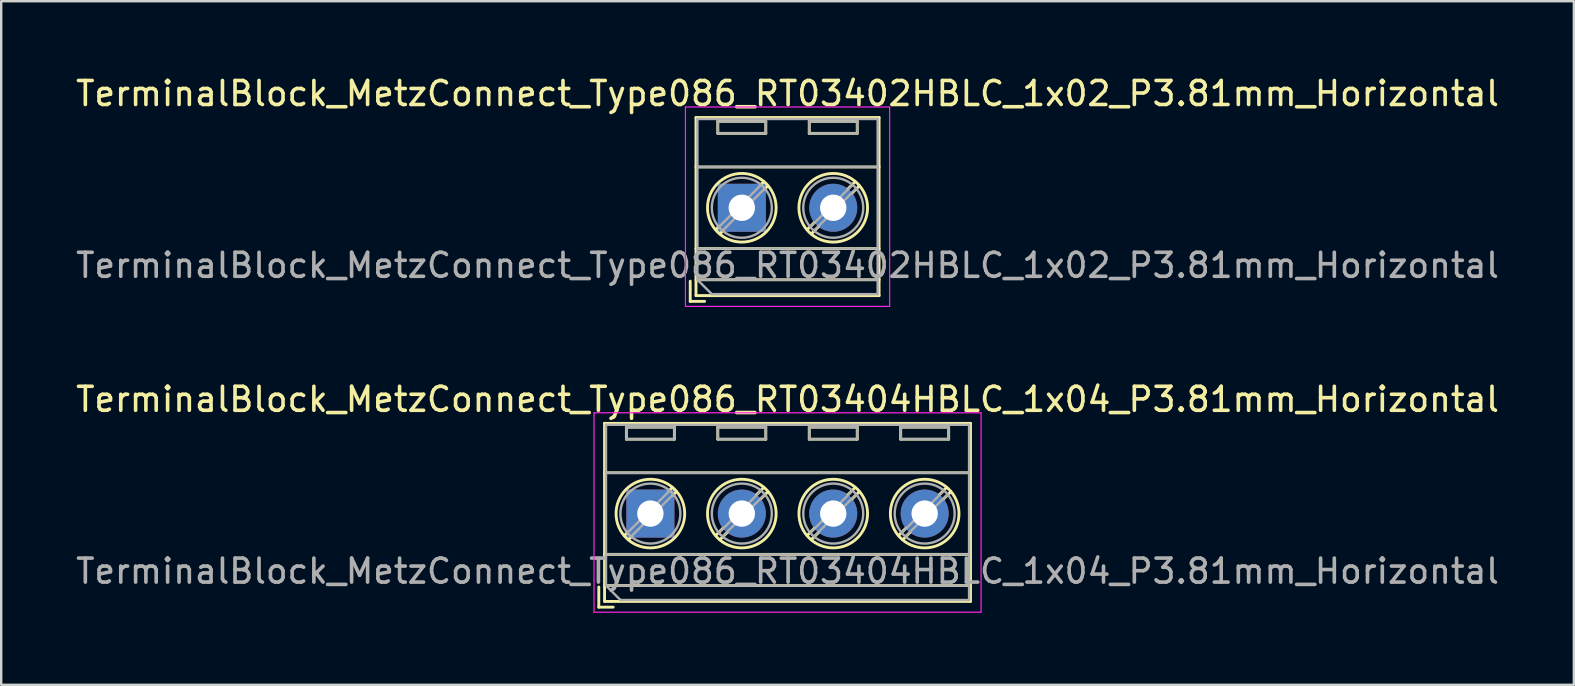
<source format=kicad_pcb>
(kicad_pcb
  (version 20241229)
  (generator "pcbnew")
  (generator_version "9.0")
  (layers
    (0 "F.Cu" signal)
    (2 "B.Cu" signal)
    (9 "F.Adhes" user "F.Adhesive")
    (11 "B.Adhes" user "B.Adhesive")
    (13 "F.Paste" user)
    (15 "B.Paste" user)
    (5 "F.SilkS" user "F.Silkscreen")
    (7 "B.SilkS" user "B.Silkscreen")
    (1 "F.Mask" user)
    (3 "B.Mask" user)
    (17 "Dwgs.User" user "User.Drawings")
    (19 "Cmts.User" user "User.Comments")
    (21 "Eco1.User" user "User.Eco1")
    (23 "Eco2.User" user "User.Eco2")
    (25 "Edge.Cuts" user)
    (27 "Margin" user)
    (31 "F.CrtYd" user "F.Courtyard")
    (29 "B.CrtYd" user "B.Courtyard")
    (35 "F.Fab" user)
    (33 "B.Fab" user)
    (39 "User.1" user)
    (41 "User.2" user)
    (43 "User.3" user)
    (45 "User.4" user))
  (footprint "TerminalBlock_MetzConnect_Type086_RT03402HBLC_1x02_P3.81mm_Horizontal"
    (layer "F.Cu")
    (at 27.863 5.608)
    (property "Reference" "TerminalBlock_MetzConnect_Type086_RT03402HBLC_1x02_P3.81mm_Horizontal" (at 1.905 -4.76 0) (layer "F.SilkS") (effects (font (size 1 1) (thickness 0.15))))
    (attr through_hole)
    (fp_line (start -2.15 3.06) (end -2.15 3.9) (stroke (width 0.12) (type solid)) (layer "F.SilkS"))
    (fp_line (start -2.15 3.9) (end -1.55 3.9) (stroke (width 0.12) (type solid)) (layer "F.SilkS"))
    (fp_line (start -1.91 -3.76) (end -1.91 3.66) (stroke (width 0.12) (type solid)) (layer "F.SilkS"))
    (fp_line (start -1.91 -3.76) (end 5.72 -3.76) (stroke (width 0.12) (type solid)) (layer "F.SilkS"))
    (fp_line (start -1.91 -1.7) (end 5.72 -1.7) (stroke (width 0.12) (type solid)) (layer "F.SilkS"))
    (fp_line (start -1.91 1.701) (end 5.72 1.701) (stroke (width 0.12) (type solid)) (layer "F.SilkS"))
    (fp_line (start -1.91 3) (end 5.72 3) (stroke (width 0.12) (type solid)) (layer "F.SilkS"))
    (fp_line (start -1.91 3.66) (end 5.72 3.66) (stroke (width 0.12) (type solid)) (layer "F.SilkS"))
    (fp_line (start -1 -3.6) (end -1 -3.1) (stroke (width 0.12) (type solid)) (layer "F.SilkS"))
    (fp_line (start -1 -3.6) (end 1 -3.6) (stroke (width 0.12) (type solid)) (layer "F.SilkS"))
    (fp_line (start -1 -3.1) (end 1 -3.1) (stroke (width 0.12) (type solid)) (layer "F.SilkS"))
    (fp_line (start -0.946 0.771) (end -1.085 0.91) (stroke (width 0.12) (type solid)) (layer "F.SilkS"))
    (fp_line (start -0.771 0.945) (end -0.911 1.085) (stroke (width 0.12) (type solid)) (layer "F.SilkS"))
    (fp_line (start 0.911 -1.085) (end 0.771 -0.945) (stroke (width 0.12) (type solid)) (layer "F.SilkS"))
    (fp_line (start 1 -3.6) (end 1 -3.1) (stroke (width 0.12) (type solid)) (layer "F.SilkS"))
    (fp_line (start 1.085 -0.91) (end 0.945 -0.771) (stroke (width 0.12) (type solid)) (layer "F.SilkS"))
    (fp_line (start 2.81 -3.6) (end 2.81 -3.1) (stroke (width 0.12) (type solid)) (layer "F.SilkS"))
    (fp_line (start 2.81 -3.6) (end 4.81 -3.6) (stroke (width 0.12) (type solid)) (layer "F.SilkS"))
    (fp_line (start 2.81 -3.1) (end 4.81 -3.1) (stroke (width 0.12) (type solid)) (layer "F.SilkS"))
    (fp_line (start 3.025 0.611) (end 2.726 0.91) (stroke (width 0.12) (type solid)) (layer "F.SilkS"))
    (fp_line (start 3.2 0.786) (end 2.9 1.085) (stroke (width 0.12) (type solid)) (layer "F.SilkS"))
    (fp_line (start 4.721 -1.085) (end 4.421 -0.786) (stroke (width 0.12) (type solid)) (layer "F.SilkS"))
    (fp_line (start 4.81 -3.6) (end 4.81 -3.1) (stroke (width 0.12) (type solid)) (layer "F.SilkS"))
    (fp_line (start 4.895 -0.91) (end 4.596 -0.611) (stroke (width 0.12) (type solid)) (layer "F.SilkS"))
    (fp_line (start 5.72 -3.76) (end 5.72 3.66) (stroke (width 0.12) (type solid)) (layer "F.SilkS"))
    (fp_circle (center 0 0) (end 1.43 0) (stroke (width 0.12) (type solid)) (fill no) (layer "F.SilkS"))
    (fp_circle (center 3.81 0) (end 5.24 0) (stroke (width 0.12) (type solid)) (fill no) (layer "F.SilkS"))
    (fp_line (start -2.35 -4.2) (end -2.35 4.11) (stroke (width 0.05) (type solid)) (layer "F.CrtYd"))
    (fp_line (start -2.35 4.11) (end 6.16 4.11) (stroke (width 0.05) (type solid)) (layer "F.CrtYd"))
    (fp_line (start 6.16 -4.2) (end -2.35 -4.2) (stroke (width 0.05) (type solid)) (layer "F.CrtYd"))
    (fp_line (start 6.16 4.11) (end 6.16 -4.2) (stroke (width 0.05) (type solid)) (layer "F.CrtYd"))
    (fp_line (start -1.85 -3.7) (end 5.66 -3.7) (stroke (width 0.1) (type solid)) (layer "F.Fab"))
    (fp_line (start -1.85 -1.7) (end 5.66 -1.7) (stroke (width 0.1) (type solid)) (layer "F.Fab"))
    (fp_line (start -1.85 1.7) (end 5.66 1.7) (stroke (width 0.1) (type solid)) (layer "F.Fab"))
    (fp_line (start -1.85 3) (end -1.85 -3.7) (stroke (width 0.1) (type solid)) (layer "F.Fab"))
    (fp_line (start -1.85 3) (end 5.66 3) (stroke (width 0.1) (type solid)) (layer "F.Fab"))
    (fp_line (start -1.25 3.6) (end -1.85 3) (stroke (width 0.1) (type solid)) (layer "F.Fab"))
    (fp_line (start -1 -3.6) (end -1 -3.1) (stroke (width 0.1) (type solid)) (layer "F.Fab"))
    (fp_line (start -1 -3.1) (end 1 -3.1) (stroke (width 0.1) (type solid)) (layer "F.Fab"))
    (fp_line (start 0.796 -0.948) (end -0.949 0.796) (stroke (width 0.1) (type solid)) (layer "F.Fab"))
    (fp_line (start 0.949 -0.796) (end -0.796 0.948) (stroke (width 0.1) (type solid)) (layer "F.Fab"))
    (fp_line (start 1 -3.6) (end -1 -3.6) (stroke (width 0.1) (type solid)) (layer "F.Fab"))
    (fp_line (start 1 -3.1) (end 1 -3.6) (stroke (width 0.1) (type solid)) (layer "F.Fab"))
    (fp_line (start 2.81 -3.6) (end 2.81 -3.1) (stroke (width 0.1) (type solid)) (layer "F.Fab"))
    (fp_line (start 2.81 -3.1) (end 4.81 -3.1) (stroke (width 0.1) (type solid)) (layer "F.Fab"))
    (fp_line (start 4.606 -0.948) (end 2.862 0.796) (stroke (width 0.1) (type solid)) (layer "F.Fab"))
    (fp_line (start 4.759 -0.796) (end 3.015 0.948) (stroke (width 0.1) (type solid)) (layer "F.Fab"))
    (fp_line (start 4.81 -3.6) (end 2.81 -3.6) (stroke (width 0.1) (type solid)) (layer "F.Fab"))
    (fp_line (start 4.81 -3.1) (end 4.81 -3.6) (stroke (width 0.1) (type solid)) (layer "F.Fab"))
    (fp_line (start 5.66 -3.7) (end 5.66 3.6) (stroke (width 0.1) (type solid)) (layer "F.Fab"))
    (fp_line (start 5.66 3.6) (end -1.25 3.6) (stroke (width 0.1) (type solid)) (layer "F.Fab"))
    (fp_circle (center 0 0) (end 1.25 0) (stroke (width 0.1) (type solid)) (fill no) (layer "F.Fab"))
    (fp_circle (center 3.81 0) (end 5.06 0) (stroke (width 0.1) (type solid)) (fill no) (layer "F.Fab"))
    (fp_text user "${REFERENCE}" (at 1.905 2.4 0) (layer "F.Fab") (effects (font (size 1 1) (thickness 0.15))))
    (pad "1" thru_hole rect (at 0 0) (size 2 2) (drill 1.1) (layers "*.Cu" "*.Mask"))
    (pad "2" thru_hole circle (at 3.81 0) (size 2 2) (drill 1.1) (layers "*.Cu" "*.Mask")))
  (footprint "TerminalBlock_MetzConnect_Type086_RT03404HBLC_1x04_P3.81mm_Horizontal"
    (layer "F.Cu")
    (at 24.053 18.352)
    (property "Reference" "TerminalBlock_MetzConnect_Type086_RT03404HBLC_1x04_P3.81mm_Horizontal" (at 5.715 -4.76 0) (layer "F.SilkS") (effects (font (size 1 1) (thickness 0.15))))
    (attr through_hole)
    (fp_line (start -2.15 3.06) (end -2.15 3.9) (stroke (width 0.12) (type solid)) (layer "F.SilkS"))
    (fp_line (start -2.15 3.9) (end -1.55 3.9) (stroke (width 0.12) (type solid)) (layer "F.SilkS"))
    (fp_line (start -1.91 -3.76) (end -1.91 3.66) (stroke (width 0.12) (type solid)) (layer "F.SilkS"))
    (fp_line (start -1.91 -3.76) (end 13.34 -3.76) (stroke (width 0.12) (type solid)) (layer "F.SilkS"))
    (fp_line (start -1.91 -1.7) (end 13.34 -1.7) (stroke (width 0.12) (type solid)) (layer "F.SilkS"))
    (fp_line (start -1.91 1.701) (end 13.34 1.701) (stroke (width 0.12) (type solid)) (layer "F.SilkS"))
    (fp_line (start -1.91 3) (end 13.34 3) (stroke (width 0.12) (type solid)) (layer "F.SilkS"))
    (fp_line (start -1.91 3.66) (end 13.34 3.66) (stroke (width 0.12) (type solid)) (layer "F.SilkS"))
    (fp_line (start -1 -3.6) (end -1 -3.1) (stroke (width 0.12) (type solid)) (layer "F.SilkS"))
    (fp_line (start -1 -3.6) (end 1 -3.6) (stroke (width 0.12) (type solid)) (layer "F.SilkS"))
    (fp_line (start -1 -3.1) (end 1 -3.1) (stroke (width 0.12) (type solid)) (layer "F.SilkS"))
    (fp_line (start -0.946 0.771) (end -1.085 0.91) (stroke (width 0.12) (type solid)) (layer "F.SilkS"))
    (fp_line (start -0.771 0.945) (end -0.911 1.085) (stroke (width 0.12) (type solid)) (layer "F.SilkS"))
    (fp_line (start 0.911 -1.085) (end 0.771 -0.945) (stroke (width 0.12) (type solid)) (layer "F.SilkS"))
    (fp_line (start 1 -3.6) (end 1 -3.1) (stroke (width 0.12) (type solid)) (layer "F.SilkS"))
    (fp_line (start 1.085 -0.91) (end 0.945 -0.771) (stroke (width 0.12) (type solid)) (layer "F.SilkS"))
    (fp_line (start 2.81 -3.6) (end 2.81 -3.1) (stroke (width 0.12) (type solid)) (layer "F.SilkS"))
    (fp_line (start 2.81 -3.6) (end 4.81 -3.6) (stroke (width 0.12) (type solid)) (layer "F.SilkS"))
    (fp_line (start 2.81 -3.1) (end 4.81 -3.1) (stroke (width 0.12) (type solid)) (layer "F.SilkS"))
    (fp_line (start 3.025 0.611) (end 2.726 0.91) (stroke (width 0.12) (type solid)) (layer "F.SilkS"))
    (fp_line (start 3.2 0.786) (end 2.9 1.085) (stroke (width 0.12) (type solid)) (layer "F.SilkS"))
    (fp_line (start 4.721 -1.085) (end 4.421 -0.786) (stroke (width 0.12) (type solid)) (layer "F.SilkS"))
    (fp_line (start 4.81 -3.6) (end 4.81 -3.1) (stroke (width 0.12) (type solid)) (layer "F.SilkS"))
    (fp_line (start 4.895 -0.91) (end 4.596 -0.611) (stroke (width 0.12) (type solid)) (layer "F.SilkS"))
    (fp_line (start 6.62 -3.6) (end 6.62 -3.1) (stroke (width 0.12) (type solid)) (layer "F.SilkS"))
    (fp_line (start 6.62 -3.6) (end 8.62 -3.6) (stroke (width 0.12) (type solid)) (layer "F.SilkS"))
    (fp_line (start 6.62 -3.1) (end 8.62 -3.1) (stroke (width 0.12) (type solid)) (layer "F.SilkS"))
    (fp_line (start 6.835 0.611) (end 6.536 0.91) (stroke (width 0.12) (type solid)) (layer "F.SilkS"))
    (fp_line (start 7.01 0.786) (end 6.71 1.085) (stroke (width 0.12) (type solid)) (layer "F.SilkS"))
    (fp_line (start 8.531 -1.085) (end 8.231 -0.786) (stroke (width 0.12) (type solid)) (layer "F.SilkS"))
    (fp_line (start 8.62 -3.6) (end 8.62 -3.1) (stroke (width 0.12) (type solid)) (layer "F.SilkS"))
    (fp_line (start 8.705 -0.91) (end 8.406 -0.611) (stroke (width 0.12) (type solid)) (layer "F.SilkS"))
    (fp_line (start 10.43 -3.6) (end 10.43 -3.1) (stroke (width 0.12) (type solid)) (layer "F.SilkS"))
    (fp_line (start 10.43 -3.6) (end 12.43 -3.6) (stroke (width 0.12) (type solid)) (layer "F.SilkS"))
    (fp_line (start 10.43 -3.1) (end 12.43 -3.1) (stroke (width 0.12) (type solid)) (layer "F.SilkS"))
    (fp_line (start 10.645 0.611) (end 10.346 0.91) (stroke (width 0.12) (type solid)) (layer "F.SilkS"))
    (fp_line (start 10.82 0.786) (end 10.52 1.085) (stroke (width 0.12) (type solid)) (layer "F.SilkS"))
    (fp_line (start 12.341 -1.085) (end 12.041 -0.786) (stroke (width 0.12) (type solid)) (layer "F.SilkS"))
    (fp_line (start 12.43 -3.6) (end 12.43 -3.1) (stroke (width 0.12) (type solid)) (layer "F.SilkS"))
    (fp_line (start 12.515 -0.91) (end 12.216 -0.611) (stroke (width 0.12) (type solid)) (layer "F.SilkS"))
    (fp_line (start 13.34 -3.76) (end 13.34 3.66) (stroke (width 0.12) (type solid)) (layer "F.SilkS"))
    (fp_circle (center 0 0) (end 1.43 0) (stroke (width 0.12) (type solid)) (fill no) (layer "F.SilkS"))
    (fp_circle (center 3.81 0) (end 5.24 0) (stroke (width 0.12) (type solid)) (fill no) (layer "F.SilkS"))
    (fp_circle (center 7.62 0) (end 9.05 0) (stroke (width 0.12) (type solid)) (fill no) (layer "F.SilkS"))
    (fp_circle (center 11.43 0) (end 12.86 0) (stroke (width 0.12) (type solid)) (fill no) (layer "F.SilkS"))
    (fp_line (start -2.35 -4.2) (end -2.35 4.11) (stroke (width 0.05) (type solid)) (layer "F.CrtYd"))
    (fp_line (start -2.35 4.11) (end 13.78 4.11) (stroke (width 0.05) (type solid)) (layer "F.CrtYd"))
    (fp_line (start 13.78 -4.2) (end -2.35 -4.2) (stroke (width 0.05) (type solid)) (layer "F.CrtYd"))
    (fp_line (start 13.78 4.11) (end 13.78 -4.2) (stroke (width 0.05) (type solid)) (layer "F.CrtYd"))
    (fp_line (start -1.85 -3.7) (end 13.28 -3.7) (stroke (width 0.1) (type solid)) (layer "F.Fab"))
    (fp_line (start -1.85 -1.7) (end 13.28 -1.7) (stroke (width 0.1) (type solid)) (layer "F.Fab"))
    (fp_line (start -1.85 1.7) (end 13.28 1.7) (stroke (width 0.1) (type solid)) (layer "F.Fab"))
    (fp_line (start -1.85 3) (end -1.85 -3.7) (stroke (width 0.1) (type solid)) (layer "F.Fab"))
    (fp_line (start -1.85 3) (end 13.28 3) (stroke (width 0.1) (type solid)) (layer "F.Fab"))
    (fp_line (start -1.25 3.6) (end -1.85 3) (stroke (width 0.1) (type solid)) (layer "F.Fab"))
    (fp_line (start -1 -3.6) (end -1 -3.1) (stroke (width 0.1) (type solid)) (layer "F.Fab"))
    (fp_line (start -1 -3.1) (end 1 -3.1) (stroke (width 0.1) (type solid)) (layer "F.Fab"))
    (fp_line (start 0.796 -0.948) (end -0.949 0.796) (stroke (width 0.1) (type solid)) (layer "F.Fab"))
    (fp_line (start 0.949 -0.796) (end -0.796 0.948) (stroke (width 0.1) (type solid)) (layer "F.Fab"))
    (fp_line (start 1 -3.6) (end -1 -3.6) (stroke (width 0.1) (type solid)) (layer "F.Fab"))
    (fp_line (start 1 -3.1) (end 1 -3.6) (stroke (width 0.1) (type solid)) (layer "F.Fab"))
    (fp_line (start 2.81 -3.6) (end 2.81 -3.1) (stroke (width 0.1) (type solid)) (layer "F.Fab"))
    (fp_line (start 2.81 -3.1) (end 4.81 -3.1) (stroke (width 0.1) (type solid)) (layer "F.Fab"))
    (fp_line (start 4.606 -0.948) (end 2.862 0.796) (stroke (width 0.1) (type solid)) (layer "F.Fab"))
    (fp_line (start 4.759 -0.796) (end 3.015 0.948) (stroke (width 0.1) (type solid)) (layer "F.Fab"))
    (fp_line (start 4.81 -3.6) (end 2.81 -3.6) (stroke (width 0.1) (type solid)) (layer "F.Fab"))
    (fp_line (start 4.81 -3.1) (end 4.81 -3.6) (stroke (width 0.1) (type solid)) (layer "F.Fab"))
    (fp_line (start 6.62 -3.6) (end 6.62 -3.1) (stroke (width 0.1) (type solid)) (layer "F.Fab"))
    (fp_line (start 6.62 -3.1) (end 8.62 -3.1) (stroke (width 0.1) (type solid)) (layer "F.Fab"))
    (fp_line (start 8.416 -0.948) (end 6.672 0.796) (stroke (width 0.1) (type solid)) (layer "F.Fab"))
    (fp_line (start 8.569 -0.796) (end 6.825 0.948) (stroke (width 0.1) (type solid)) (layer "F.Fab"))
    (fp_line (start 8.62 -3.6) (end 6.62 -3.6) (stroke (width 0.1) (type solid)) (layer "F.Fab"))
    (fp_line (start 8.62 -3.1) (end 8.62 -3.6) (stroke (width 0.1) (type solid)) (layer "F.Fab"))
    (fp_line (start 10.43 -3.6) (end 10.43 -3.1) (stroke (width 0.1) (type solid)) (layer "F.Fab"))
    (fp_line (start 10.43 -3.1) (end 12.43 -3.1) (stroke (width 0.1) (type solid)) (layer "F.Fab"))
    (fp_line (start 12.226 -0.948) (end 10.482 0.796) (stroke (width 0.1) (type solid)) (layer "F.Fab"))
    (fp_line (start 12.379 -0.796) (end 10.635 0.948) (stroke (width 0.1) (type solid)) (layer "F.Fab"))
    (fp_line (start 12.43 -3.6) (end 10.43 -3.6) (stroke (width 0.1) (type solid)) (layer "F.Fab"))
    (fp_line (start 12.43 -3.1) (end 12.43 -3.6) (stroke (width 0.1) (type solid)) (layer "F.Fab"))
    (fp_line (start 13.28 -3.7) (end 13.28 3.6) (stroke (width 0.1) (type solid)) (layer "F.Fab"))
    (fp_line (start 13.28 3.6) (end -1.25 3.6) (stroke (width 0.1) (type solid)) (layer "F.Fab"))
    (fp_circle (center 0 0) (end 1.25 0) (stroke (width 0.1) (type solid)) (fill no) (layer "F.Fab"))
    (fp_circle (center 3.81 0) (end 5.06 0) (stroke (width 0.1) (type solid)) (fill no) (layer "F.Fab"))
    (fp_circle (center 7.62 0) (end 8.87 0) (stroke (width 0.1) (type solid)) (fill no) (layer "F.Fab"))
    (fp_circle (center 11.43 0) (end 12.68 0) (stroke (width 0.1) (type solid)) (fill no) (layer "F.Fab"))
    (fp_text user "${REFERENCE}" (at 5.715 2.4 0) (layer "F.Fab") (effects (font (size 1 1) (thickness 0.15))))
    (pad "1" thru_hole rect (at 0 0) (size 2 2) (drill 1.1) (layers "*.Cu" "*.Mask"))
    (pad "2" thru_hole circle (at 3.81 0) (size 2 2) (drill 1.1) (layers "*.Cu" "*.Mask"))
    (pad "3" thru_hole circle (at 7.62 0) (size 2 2) (drill 1.1) (layers "*.Cu" "*.Mask"))
    (pad "4" thru_hole circle (at 11.43 0) (size 2 2) (drill 1.1) (layers "*.Cu" "*.Mask")))
  (gr_rect
    (start -3 -3)
    (end 62.536 25.486)
    (stroke (width 0.1) (type default))
    (fill no)
    (layer "Edge.Cuts")))
</source>
